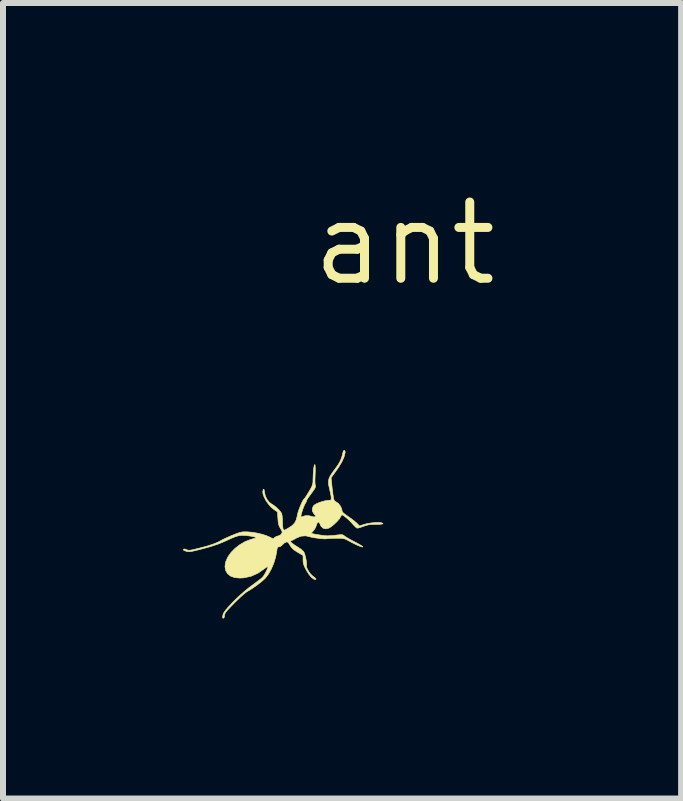
<source format=kicad_pcb>
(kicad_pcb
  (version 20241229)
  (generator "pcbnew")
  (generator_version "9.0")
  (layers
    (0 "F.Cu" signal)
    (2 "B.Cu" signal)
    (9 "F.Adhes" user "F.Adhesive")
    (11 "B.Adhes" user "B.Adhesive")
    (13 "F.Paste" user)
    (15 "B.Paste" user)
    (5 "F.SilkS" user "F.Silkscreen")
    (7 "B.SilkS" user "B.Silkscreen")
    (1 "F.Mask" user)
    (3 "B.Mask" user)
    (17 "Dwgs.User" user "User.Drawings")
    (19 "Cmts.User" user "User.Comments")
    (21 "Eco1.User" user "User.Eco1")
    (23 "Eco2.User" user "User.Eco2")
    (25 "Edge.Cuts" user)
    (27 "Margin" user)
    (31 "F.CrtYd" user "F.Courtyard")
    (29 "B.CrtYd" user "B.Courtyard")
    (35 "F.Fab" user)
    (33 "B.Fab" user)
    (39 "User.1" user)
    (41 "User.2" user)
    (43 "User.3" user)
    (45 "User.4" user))
  (footprint "ant"
    (layer "F.Cu")
    (at 3.688 1.006)
    (property "Reference" "ant" (at 0 0 0) (layer "F.SilkS") (effects (font (size 1.27 1.27) (thickness 0.15))))
    (attr through_hole)
    (fp_poly (pts (xy -0.989 3.463) (xy -0.988 3.486) (xy -1.006 3.557) (xy -1.043 3.64) (xy -1.101 3.735) (xy -1.133 3.78) (xy -1.222 3.904) (xy -1.214 3.981) (xy -1.209 4.031) (xy -1.202 4.094) (xy -1.193 4.158) (xy -1.192 4.172) (xy -1.184 4.227) (xy -1.177 4.262) (xy -1.168 4.283) (xy -1.155 4.296) (xy -1.138 4.306) (xy -1.099 4.334) (xy -1.066 4.376) (xy -1.045 4.421) (xy -1.041 4.445) (xy -1.038 4.463) (xy -1.026 4.482) (xy -1 4.504) (xy -0.958 4.535) (xy -0.937 4.55) (xy -0.886 4.586) (xy -0.839 4.622) (xy -0.802 4.653) (xy -0.79 4.664) (xy -0.748 4.707) (xy -0.676 4.682) (xy -0.621 4.668) (xy -0.557 4.657) (xy -0.491 4.65) (xy -0.432 4.648) (xy -0.389 4.653) (xy -0.388 4.653) (xy -0.361 4.663) (xy -0.358 4.67) (xy -0.378 4.676) (xy -0.422 4.68) (xy -0.479 4.681) (xy -0.545 4.682) (xy -0.595 4.687) (xy -0.639 4.698) (xy -0.687 4.714) (xy -0.689 4.715) (xy -0.734 4.731) (xy -0.77 4.741) (xy -0.791 4.743) (xy -0.792 4.742) (xy -0.808 4.73) (xy -0.835 4.704) (xy -0.867 4.669) (xy -0.87 4.665) (xy -0.907 4.626) (xy -0.948 4.587) (xy -0.988 4.554) (xy -1.02 4.53) (xy -1.041 4.521) (xy -1.042 4.521) (xy -1.052 4.532) (xy -1.066 4.557) (xy -1.067 4.559) (xy -1.087 4.592) (xy -1.123 4.633) (xy -1.167 4.675) (xy -1.212 4.713) (xy -1.252 4.739) (xy -1.262 4.744) (xy -1.315 4.755) (xy -1.358 4.743) (xy -1.392 4.708) (xy -1.414 4.658) (xy -1.427 4.642) (xy -1.443 4.646) (xy -1.458 4.668) (xy -1.466 4.694) (xy -1.48 4.732) (xy -1.505 4.771) (xy -1.512 4.78) (xy -1.535 4.807) (xy -1.548 4.825) (xy -1.549 4.829) (xy -1.538 4.834) (xy -1.507 4.841) (xy -1.463 4.849) (xy -1.411 4.857) (xy -1.358 4.865) (xy -1.321 4.869) (xy -1.282 4.871) (xy -1.227 4.868) (xy -1.167 4.863) (xy -1.147 4.861) (xy -1.091 4.854) (xy -1.055 4.852) (xy -1.032 4.854) (xy -1.016 4.86) (xy -1.001 4.873) (xy -1 4.873) (xy -0.978 4.889) (xy -0.938 4.913) (xy -0.887 4.942) (xy -0.83 4.972) (xy -0.829 4.972) (xy -0.775 5) (xy -0.732 5.025) (xy -0.703 5.044) (xy -0.692 5.054) (xy -0.692 5.055) (xy -0.707 5.056) (xy -0.74 5.046) (xy -0.787 5.026) (xy -0.844 4.999) (xy -0.908 4.966) (xy -0.926 4.956) (xy -0.962 4.936) (xy -0.992 4.923) (xy -1.021 4.916) (xy -1.056 4.912) (xy -1.106 4.912) (xy -1.145 4.912) (xy -1.202 4.913) (xy -1.249 4.915) (xy -1.281 4.917) (xy -1.292 4.919) (xy -1.312 4.922) (xy -1.349 4.921) (xy -1.398 4.917) (xy -1.452 4.91) (xy -1.504 4.903) (xy -1.548 4.895) (xy -1.575 4.887) (xy -1.646 4.871) (xy -1.722 4.877) (xy -1.795 4.905) (xy -1.81 4.914) (xy -1.846 4.935) (xy -1.876 4.949) (xy -1.888 4.953) (xy -1.901 4.959) (xy -1.894 4.974) (xy -1.868 4.998) (xy -1.824 5.029) (xy -1.79 5.05) (xy -1.727 5.091) (xy -1.687 5.127) (xy -1.671 5.149) (xy -1.658 5.186) (xy -1.646 5.233) (xy -1.636 5.284) (xy -1.631 5.328) (xy -1.632 5.359) (xy -1.633 5.363) (xy -1.632 5.389) (xy -1.617 5.427) (xy -1.592 5.469) (xy -1.562 5.509) (xy -1.53 5.54) (xy -1.521 5.547) (xy -1.489 5.572) (xy -1.474 5.59) (xy -1.478 5.6) (xy -1.484 5.601) (xy -1.515 5.59) (xy -1.552 5.559) (xy -1.592 5.512) (xy -1.629 5.453) (xy -1.635 5.442) (xy -1.663 5.388) (xy -1.679 5.347) (xy -1.687 5.311) (xy -1.689 5.27) (xy -1.689 5.198) (xy -1.773 5.149) (xy -1.827 5.115) (xy -1.864 5.085) (xy -1.893 5.05) (xy -1.92 5.006) (xy -1.938 4.98) (xy -1.957 4.973) (xy -1.973 4.976) (xy -2.003 4.992) (xy -2.031 5.019) (xy -2.032 5.02) (xy -2.06 5.045) (xy -2.089 5.055) (xy -2.106 5.057) (xy -2.116 5.069) (xy -2.123 5.097) (xy -2.127 5.127) (xy -2.146 5.227) (xy -2.177 5.328) (xy -2.218 5.424) (xy -2.265 5.508) (xy -2.315 5.574) (xy -2.33 5.589) (xy -2.385 5.637) (xy -2.451 5.688) (xy -2.519 5.737) (xy -2.582 5.778) (xy -2.616 5.797) (xy -2.645 5.817) (xy -2.687 5.852) (xy -2.739 5.898) (xy -2.796 5.953) (xy -2.835 5.991) (xy -2.894 6.052) (xy -2.937 6.097) (xy -2.967 6.131) (xy -2.985 6.157) (xy -2.994 6.177) (xy -2.997 6.193) (xy -2.997 6.195) (xy -3.001 6.226) (xy -3.012 6.243) (xy -3.024 6.242) (xy -3.028 6.238) (xy -3.029 6.22) (xy -3.023 6.188) (xy -3.021 6.177) (xy -3.005 6.145) (xy -2.972 6.101) (xy -2.925 6.047) (xy -2.868 5.986) (xy -2.803 5.921) (xy -2.734 5.857) (xy -2.663 5.794) (xy -2.594 5.738) (xy -2.546 5.702) (xy -2.491 5.662) (xy -2.441 5.624) (xy -2.399 5.593) (xy -2.373 5.571) (xy -2.371 5.57) (xy -2.349 5.543) (xy -2.324 5.504) (xy -2.301 5.459) (xy -2.282 5.418) (xy -2.274 5.387) (xy -2.273 5.384) (xy -2.282 5.384) (xy -2.305 5.398) (xy -2.334 5.42) (xy -2.441 5.494) (xy -2.556 5.545) (xy -2.674 5.571) (xy -2.742 5.575) (xy -2.828 5.567) (xy -2.897 5.542) (xy -2.948 5.501) (xy -2.979 5.447) (xy -2.99 5.381) (xy -2.978 5.305) (xy -2.944 5.227) (xy -2.892 5.152) (xy -2.823 5.081) (xy -2.743 5.019) (xy -2.653 4.967) (xy -2.557 4.93) (xy -2.524 4.921) (xy -2.487 4.912) (xy -2.471 4.906) (xy -2.474 4.9) (xy -2.493 4.891) (xy -2.494 4.891) (xy -2.523 4.883) (xy -2.57 4.875) (xy -2.623 4.868) (xy -2.633 4.867) (xy -2.678 4.864) (xy -2.716 4.863) (xy -2.753 4.868) (xy -2.793 4.878) (xy -2.841 4.895) (xy -2.901 4.921) (xy -2.978 4.956) (xy -2.997 4.965) (xy -3.105 5.009) (xy -3.235 5.052) (xy -3.357 5.085) (xy -3.438 5.106) (xy -3.499 5.121) (xy -3.543 5.13) (xy -3.576 5.135) (xy -3.6 5.135) (xy -3.62 5.132) (xy -3.633 5.129) (xy -3.664 5.118) (xy -3.682 5.108) (xy -3.683 5.106) (xy -3.675 5.09) (xy -3.65 5.093) (xy -3.632 5.101) (xy -3.609 5.11) (xy -3.585 5.112) (xy -3.551 5.108) (xy -3.509 5.099) (xy -3.384 5.068) (xy -3.274 5.038) (xy -3.183 5.008) (xy -3.112 4.979) (xy -3.074 4.96) (xy -3.022 4.931) (xy -2.954 4.899) (xy -2.878 4.866) (xy -2.803 4.836) (xy -2.739 4.814) (xy -2.687 4.805) (xy -2.618 4.805) (xy -2.538 4.812) (xy -2.454 4.826) (xy -2.372 4.845) (xy -2.298 4.869) (xy -2.24 4.894) (xy -2.207 4.912) (xy -2.188 4.918) (xy -2.175 4.912) (xy -2.165 4.902) (xy -2.137 4.883) (xy -2.106 4.874) (xy -2.066 4.858) (xy -2.049 4.838) (xy -2.038 4.817) (xy -2.038 4.799) (xy -2.049 4.775) (xy -2.065 4.749) (xy -2.084 4.715) (xy -2.096 4.682) (xy -2.103 4.639) (xy -2.108 4.583) (xy -2.115 4.473) (xy -2.177 4.43) (xy -2.224 4.391) (xy -2.269 4.339) (xy -2.309 4.281) (xy -2.339 4.222) (xy -2.357 4.17) (xy -2.36 4.139) (xy -2.354 4.104) (xy -2.346 4.094) (xy -2.337 4.106) (xy -2.331 4.141) (xy -2.33 4.149) (xy -2.318 4.205) (xy -2.292 4.26) (xy -2.257 4.307) (xy -2.219 4.337) (xy -2.179 4.362) (xy -2.135 4.397) (xy -2.093 4.437) (xy -2.061 4.474) (xy -2.045 4.501) (xy -2.039 4.53) (xy -2.034 4.576) (xy -2.032 4.629) (xy -2.032 4.637) (xy -2.03 4.688) (xy -2.026 4.732) (xy -2.021 4.759) (xy -2.019 4.762) (xy -2.011 4.774) (xy -2 4.776) (xy -1.979 4.768) (xy -1.944 4.748) (xy -1.93 4.74) (xy -1.87 4.7) (xy -1.83 4.659) (xy -1.804 4.609) (xy -1.787 4.544) (xy -1.784 4.529) (xy -1.774 4.485) (xy -1.756 4.432) (xy -1.735 4.377) (xy -1.713 4.326) (xy -1.692 4.284) (xy -1.674 4.258) (xy -1.667 4.253) (xy -1.657 4.24) (xy -1.637 4.211) (xy -1.611 4.17) (xy -1.591 4.136) (xy -1.56 4.084) (xy -1.541 4.045) (xy -1.53 4.013) (xy -1.524 3.981) (xy -1.523 3.939) (xy -1.523 3.933) (xy -1.52 3.859) (xy -1.516 3.793) (xy -1.51 3.74) (xy -1.503 3.702) (xy -1.496 3.684) (xy -1.493 3.683) (xy -1.488 3.698) (xy -1.486 3.732) (xy -1.485 3.781) (xy -1.486 3.81) (xy -1.489 3.889) (xy -1.491 3.946) (xy -1.49 3.987) (xy -1.488 4.014) (xy -1.485 4.032) (xy -1.481 4.04) (xy -1.483 4.058) (xy -1.498 4.089) (xy -1.529 4.135) (xy -1.554 4.169) (xy -1.587 4.213) (xy -1.613 4.25) (xy -1.628 4.275) (xy -1.63 4.284) (xy -1.632 4.297) (xy -1.646 4.322) (xy -1.649 4.327) (xy -1.663 4.353) (xy -1.68 4.392) (xy -1.697 4.438) (xy -1.711 4.484) (xy -1.721 4.523) (xy -1.725 4.549) (xy -1.723 4.555) (xy -1.708 4.555) (xy -1.691 4.548) (xy -1.651 4.536) (xy -1.6 4.535) (xy -1.553 4.545) (xy -1.544 4.548) (xy -1.513 4.556) (xy -1.491 4.554) (xy -1.479 4.547) (xy -1.482 4.535) (xy -1.502 4.512) (xy -1.503 4.511) (xy -1.531 4.466) (xy -1.536 4.42) (xy -1.518 4.376) (xy -1.507 4.363) (xy -1.476 4.342) (xy -1.428 4.32) (xy -1.372 4.301) (xy -1.316 4.286) (xy -1.268 4.28) (xy -1.262 4.28) (xy -1.233 4.278) (xy -1.221 4.266) (xy -1.219 4.241) (xy -1.222 4.21) (xy -1.231 4.164) (xy -1.243 4.111) (xy -1.246 4.098) (xy -1.262 4.025) (xy -1.266 3.969) (xy -1.258 3.92) (xy -1.235 3.871) (xy -1.197 3.814) (xy -1.191 3.806) (xy -1.14 3.737) (xy -1.102 3.683) (xy -1.075 3.636) (xy -1.055 3.591) (xy -1.039 3.543) (xy -1.025 3.485) (xy -1.023 3.476) (xy -1.012 3.45) (xy -0.998 3.447) (xy -0.989 3.463)) (stroke (width 0.01) (type solid)) (fill yes) (layer "F.SilkS")))
  (gr_rect
    (start -3 -3)
    (end 8.298 10.254)
    (stroke (width 0.1) (type default))
    (fill no)
    (layer "Edge.Cuts")))
</source>
